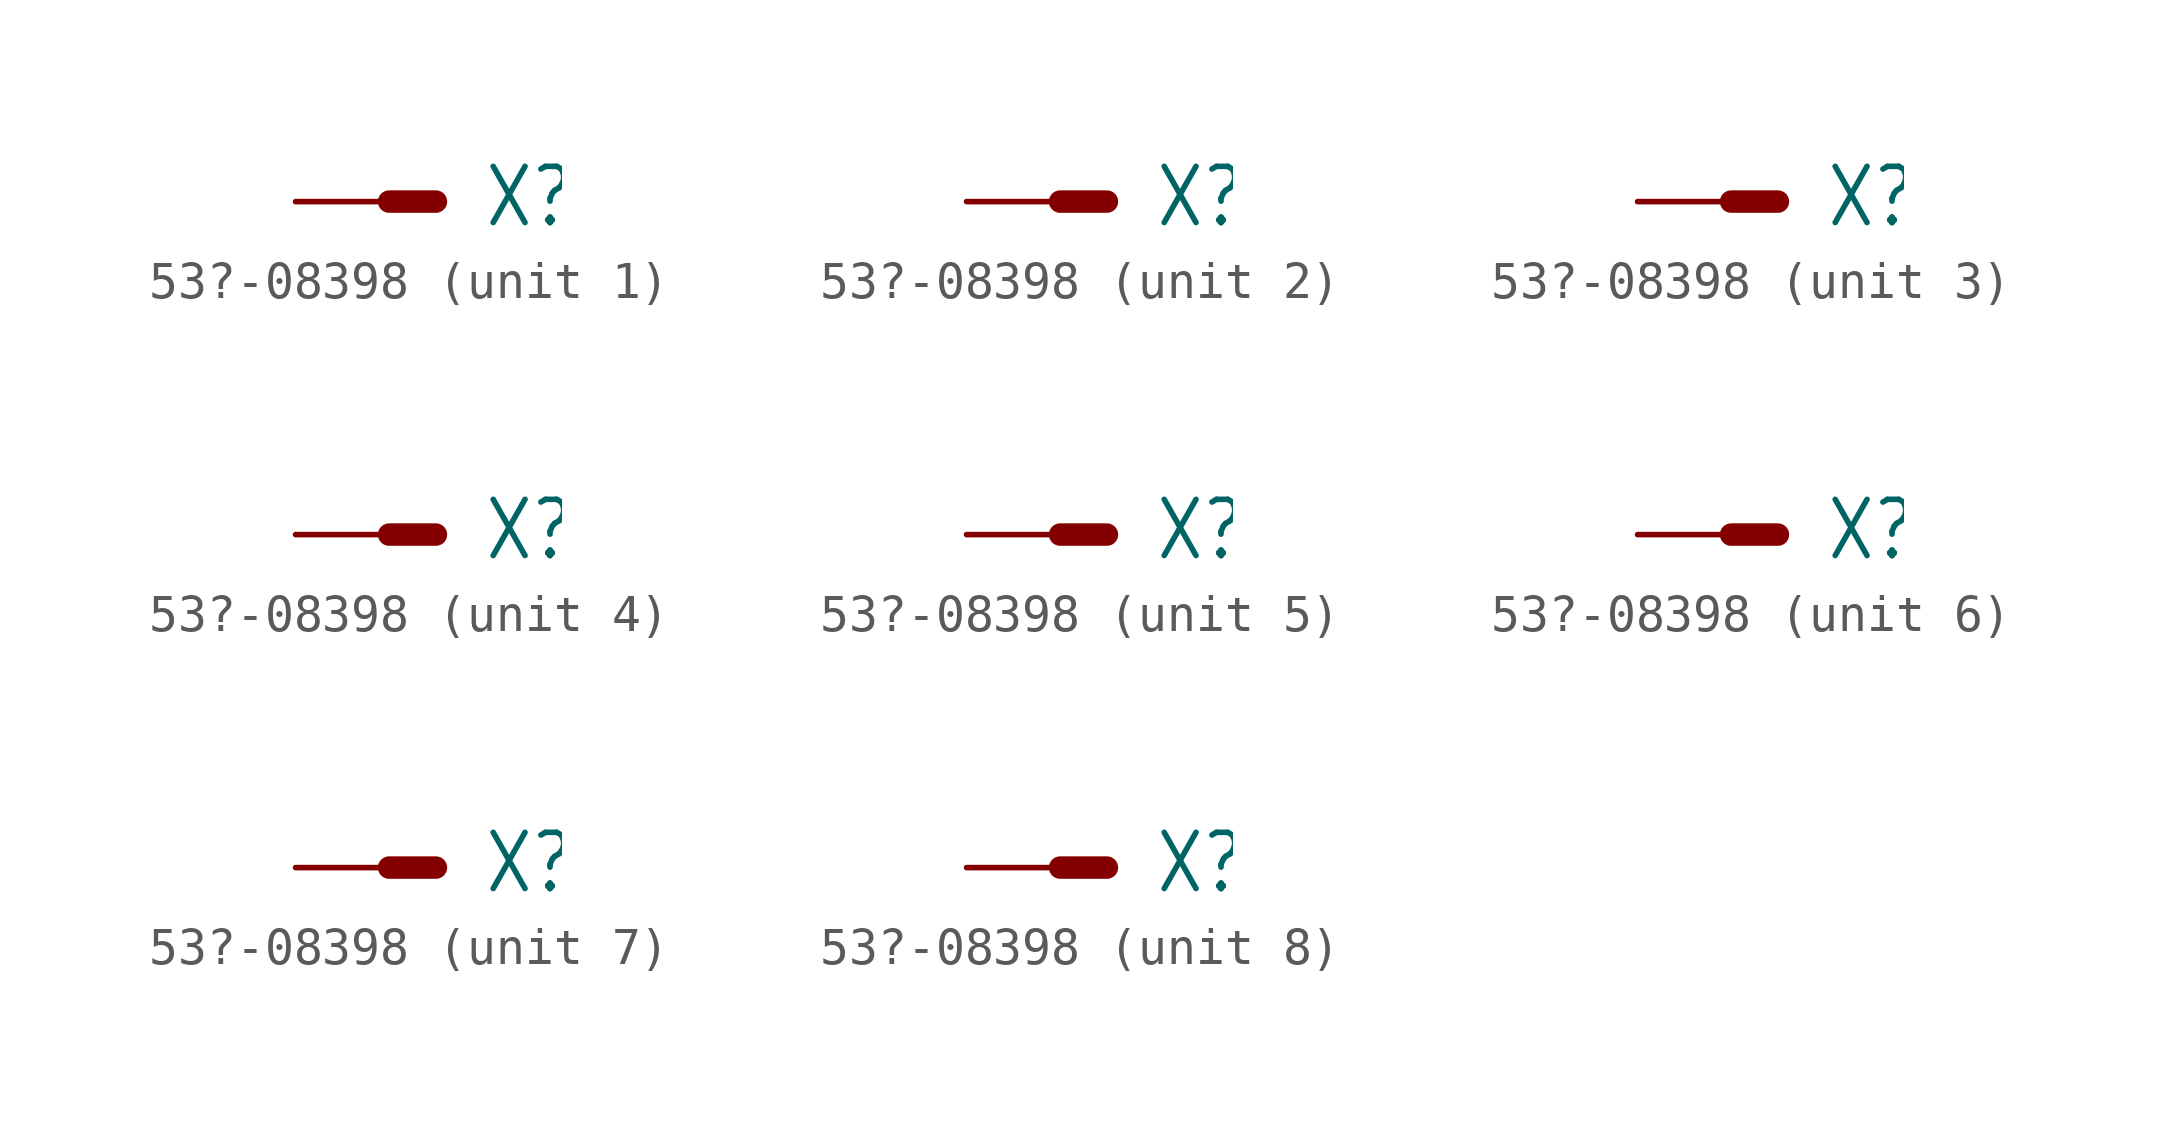
<source format=kicad_sym>
(kicad_symbol_lib
  (version 20211014)
  (generator kicad_symbol_editor)
  (symbol "53?-08398"
    (property "Reference" "X"
      (at 2.54 -0.762 0)
      (effects (font (size 1.524 1.295)) (justify left bottom)))
    (property "ki_locked" ""
      (at 0 0 0)
      (effects (font (size 1.27 1.27))))
    (symbol "53?-08398_1_0"
      (polyline (pts (xy 1.27 0) (xy 0 0)) (stroke (width 0.61) (type default) (color 0 0 0 0)) (fill (type none)))
      (pin passive line (at -2.54 0 0) (length 2.54) (name "S" (effects (font (size 0 0)))) (number "1" (effects (font (size 0 0))))))
    (symbol "53?-08398_2_0"
      (polyline (pts (xy 1.27 0) (xy 0 0)) (stroke (width 0.61) (type default) (color 0 0 0 0)) (fill (type none)))
      (pin passive line (at -2.54 0 0) (length 2.54) (name "S" (effects (font (size 0 0)))) (number "2" (effects (font (size 0 0))))))
    (symbol "53?-08398_3_0"
      (polyline (pts (xy 1.27 0) (xy 0 0)) (stroke (width 0.61) (type default) (color 0 0 0 0)) (fill (type none)))
      (pin passive line (at -2.54 0 0) (length 2.54) (name "S" (effects (font (size 0 0)))) (number "3" (effects (font (size 0 0))))))
    (symbol "53?-08398_4_0"
      (polyline (pts (xy 1.27 0) (xy 0 0)) (stroke (width 0.61) (type default) (color 0 0 0 0)) (fill (type none)))
      (pin passive line (at -2.54 0 0) (length 2.54) (name "S" (effects (font (size 0 0)))) (number "4" (effects (font (size 0 0))))))
    (symbol "53?-08398_5_0"
      (polyline (pts (xy 1.27 0) (xy 0 0)) (stroke (width 0.61) (type default) (color 0 0 0 0)) (fill (type none)))
      (pin passive line (at -2.54 0 0) (length 2.54) (name "S" (effects (font (size 0 0)))) (number "5" (effects (font (size 0 0))))))
    (symbol "53?-08398_6_0"
      (polyline (pts (xy 1.27 0) (xy 0 0)) (stroke (width 0.61) (type default) (color 0 0 0 0)) (fill (type none)))
      (pin passive line (at -2.54 0 0) (length 2.54) (name "S" (effects (font (size 0 0)))) (number "6" (effects (font (size 0 0))))))
    (symbol "53?-08398_7_0"
      (polyline (pts (xy 1.27 0) (xy 0 0)) (stroke (width 0.61) (type default) (color 0 0 0 0)) (fill (type none)))
      (pin passive line (at -2.54 0 0) (length 2.54) (name "S" (effects (font (size 0 0)))) (number "7" (effects (font (size 0 0))))))
    (symbol "53?-08398_8_0"
      (polyline (pts (xy 1.27 0) (xy 0 0)) (stroke (width 0.61) (type default) (color 0 0 0 0)) (fill (type none)))
      (pin passive line (at -2.54 0 0) (length 2.54) (name "S" (effects (font (size 0 0)))) (number "8" (effects (font (size 0 0))))))))
</source>
